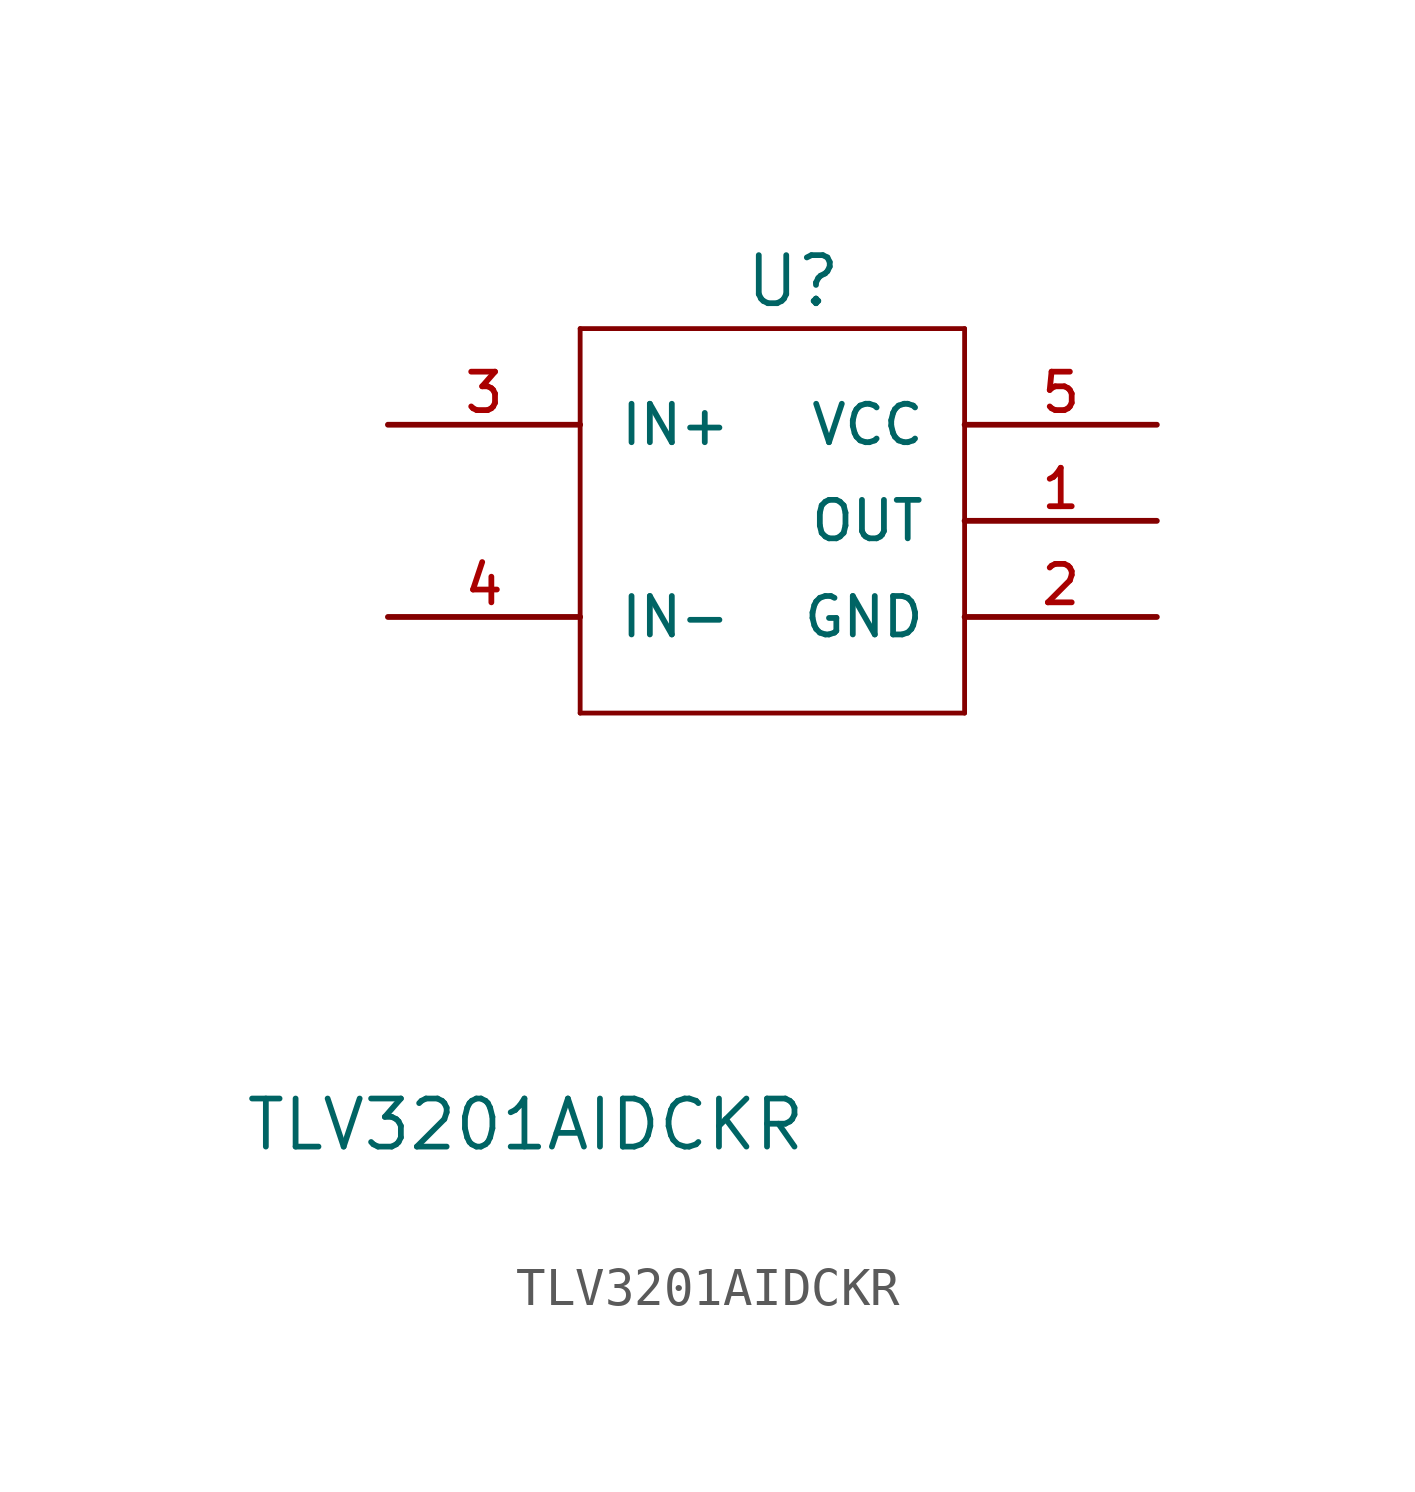
<source format=kicad_sym>
(kicad_symbol_lib
  (version 20231120)
  (generator "kicad_symbol_editor")
  (generator_version "8.0")
  (symbol "TLV3201AIDCKR"
    (pin_names
      (offset 1.016))
    (property "Reference" "U"
      (at 4.318 10.668 0)
      (effects (font (size 1.27 1.27)) (justify left bottom)))
    (property "Value" "TLV3201AIDCKR"
      (at -8.89 -11.62 0)
      (effects (font (size 1.27 1.27)) (justify left bottom)))
    (symbol "TLV3201AIDCKR_0_0"
      (pin output line (at 15.24 5.08 180) (length 5.08) (name "OUT" (effects (font (size 1.016 1.016)))) (number "1" (effects (font (size 1.016 1.016)))))
      (pin power_in line (at 15.24 2.54 180) (length 5.08) (name "GND" (effects (font (size 1.016 1.016)))) (number "2" (effects (font (size 1.016 1.016)))))
      (pin input line (at -5.08 7.62 0) (length 5.08) (name "IN+" (effects (font (size 1.016 1.016)))) (number "3" (effects (font (size 1.016 1.016)))))
      (pin input line (at -5.08 2.54 0) (length 5.08) (name "IN-" (effects (font (size 1.016 1.016)))) (number "4" (effects (font (size 1.016 1.016)))))
      (pin power_in line (at 15.24 7.62 180) (length 5.08) (name "VCC" (effects (font (size 1.016 1.016)))) (number "5" (effects (font (size 1.016 1.016))))))
    (symbol "TLV3201AIDCKR_0_1"
      (polyline (pts (xy 0 0) (xy 10.16 0)) (stroke (width 0.127) (type default)) (fill (type none)))
      (polyline (pts (xy 0 10.16) (xy 0 0)) (stroke (width 0.127) (type default)) (fill (type none)))
      (polyline (pts (xy 10.16 0) (xy 10.16 10.16)) (stroke (width 0.127) (type default)) (fill (type none)))
      (polyline (pts (xy 10.16 10.16) (xy 0 10.16)) (stroke (width 0.127) (type default)) (fill (type none))))))
</source>
